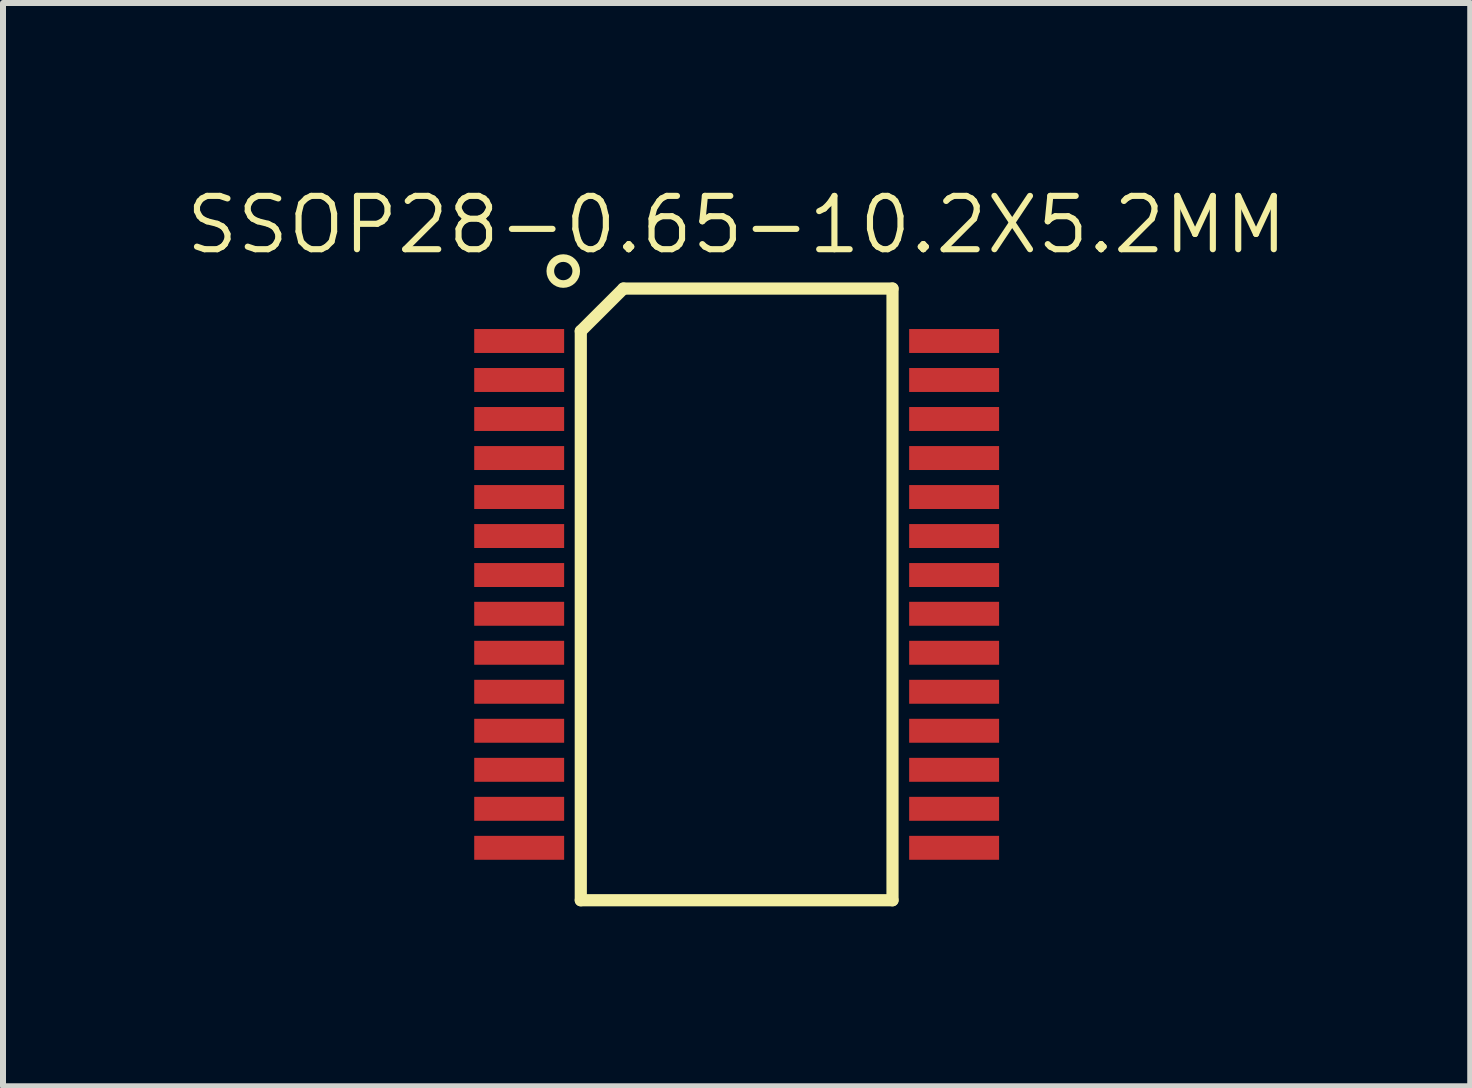
<source format=kicad_pcb>
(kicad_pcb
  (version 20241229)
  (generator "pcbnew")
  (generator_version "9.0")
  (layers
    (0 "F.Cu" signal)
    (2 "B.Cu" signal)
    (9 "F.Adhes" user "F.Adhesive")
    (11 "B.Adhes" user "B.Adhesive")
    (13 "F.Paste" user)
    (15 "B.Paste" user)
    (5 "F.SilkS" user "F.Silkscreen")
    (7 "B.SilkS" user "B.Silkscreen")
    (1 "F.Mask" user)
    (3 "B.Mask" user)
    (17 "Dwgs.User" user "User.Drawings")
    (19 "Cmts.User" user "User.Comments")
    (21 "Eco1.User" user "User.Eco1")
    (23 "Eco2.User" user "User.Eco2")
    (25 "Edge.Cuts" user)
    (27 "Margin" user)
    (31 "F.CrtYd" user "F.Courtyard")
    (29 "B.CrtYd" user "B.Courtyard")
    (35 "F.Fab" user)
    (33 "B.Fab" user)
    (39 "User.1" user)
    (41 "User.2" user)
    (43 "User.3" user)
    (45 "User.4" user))
  (footprint "SSOP28-0.65-10.2X5.2MM"
    (layer "F.Cu")
    (at 9.229 6.858)
    (property "Reference" "SSOP28-0.65-10.2X5.2MM" (at 0 -6.16 0) (layer "F.SilkS") (effects (font (size 0.889 0.889) (thickness 0.102))))
    (attr smd)
    (fp_line (start -2.598 -4.389) (end -2.598 5.098) (stroke (width 0.203) (type solid)) (layer "F.SilkS"))
    (fp_line (start -2.598 5.08) (end 2.598 5.08) (stroke (width 0.066) (type solid)) (layer "F.SilkS"))
    (fp_line (start -2.598 5.098) (end 2.598 5.098) (stroke (width 0.203) (type solid)) (layer "F.SilkS"))
    (fp_line (start -1.887 -5.098) (end -2.598 -4.389) (stroke (width 0.203) (type solid)) (layer "F.SilkS"))
    (fp_line (start 2.598 -5.098) (end -1.887 -5.098) (stroke (width 0.203) (type solid)) (layer "F.SilkS"))
    (fp_line (start 2.598 -5.08) (end 2.598 5.08) (stroke (width 0.066) (type solid)) (layer "F.SilkS"))
    (fp_line (start 2.598 5.098) (end 2.598 -5.098) (stroke (width 0.203) (type solid)) (layer "F.SilkS"))
    (fp_circle (center -2.89 -5.39) (end -3.01 -5.21) (stroke (width 0.127) (type solid)) (fill no) (layer "F.SilkS"))
    (pad "1" smd rect (at -3.625 -4.224 270) (size 0.399 1.499) (layers "F.Cu" "F.Mask" "F.Paste"))
    (pad "2" smd rect (at -3.625 -3.574 270) (size 0.399 1.499) (layers "F.Cu" "F.Mask" "F.Paste"))
    (pad "3" smd rect (at -3.625 -2.924 270) (size 0.399 1.499) (layers "F.Cu" "F.Mask" "F.Paste"))
    (pad "4" smd rect (at -3.625 -2.273 270) (size 0.399 1.499) (layers "F.Cu" "F.Mask" "F.Paste"))
    (pad "5" smd rect (at -3.625 -1.623 270) (size 0.399 1.499) (layers "F.Cu" "F.Mask" "F.Paste"))
    (pad "6" smd rect (at -3.625 -0.973 270) (size 0.399 1.499) (layers "F.Cu" "F.Mask" "F.Paste"))
    (pad "7" smd rect (at -3.625 -0.323 270) (size 0.399 1.499) (layers "F.Cu" "F.Mask" "F.Paste"))
    (pad "8" smd rect (at -3.625 0.323 270) (size 0.399 1.499) (layers "F.Cu" "F.Mask" "F.Paste"))
    (pad "9" smd rect (at -3.625 0.973 270) (size 0.399 1.499) (layers "F.Cu" "F.Mask" "F.Paste"))
    (pad "10" smd rect (at -3.625 1.623 270) (size 0.399 1.499) (layers "F.Cu" "F.Mask" "F.Paste"))
    (pad "11" smd rect (at -3.625 2.273 270) (size 0.399 1.499) (layers "F.Cu" "F.Mask" "F.Paste"))
    (pad "12" smd rect (at -3.625 2.924 270) (size 0.399 1.499) (layers "F.Cu" "F.Mask" "F.Paste"))
    (pad "13" smd rect (at -3.625 3.574 270) (size 0.399 1.499) (layers "F.Cu" "F.Mask" "F.Paste"))
    (pad "14" smd rect (at -3.625 4.224 270) (size 0.399 1.499) (layers "F.Cu" "F.Mask" "F.Paste"))
    (pad "15" smd rect (at 3.625 4.224 270) (size 0.399 1.499) (layers "F.Cu" "F.Mask" "F.Paste"))
    (pad "16" smd rect (at 3.625 3.574 270) (size 0.399 1.499) (layers "F.Cu" "F.Mask" "F.Paste"))
    (pad "17" smd rect (at 3.625 2.924 270) (size 0.399 1.499) (layers "F.Cu" "F.Mask" "F.Paste"))
    (pad "18" smd rect (at 3.625 2.273 270) (size 0.399 1.499) (layers "F.Cu" "F.Mask" "F.Paste"))
    (pad "19" smd rect (at 3.625 1.623 270) (size 0.399 1.499) (layers "F.Cu" "F.Mask" "F.Paste"))
    (pad "20" smd rect (at 3.625 0.973 270) (size 0.399 1.499) (layers "F.Cu" "F.Mask" "F.Paste"))
    (pad "21" smd rect (at 3.625 0.323 270) (size 0.399 1.499) (layers "F.Cu" "F.Mask" "F.Paste"))
    (pad "22" smd rect (at 3.625 -0.323 270) (size 0.399 1.499) (layers "F.Cu" "F.Mask" "F.Paste"))
    (pad "23" smd rect (at 3.625 -0.973 270) (size 0.399 1.499) (layers "F.Cu" "F.Mask" "F.Paste"))
    (pad "24" smd rect (at 3.625 -1.623 270) (size 0.399 1.499) (layers "F.Cu" "F.Mask" "F.Paste"))
    (pad "25" smd rect (at 3.625 -2.273 270) (size 0.399 1.499) (layers "F.Cu" "F.Mask" "F.Paste"))
    (pad "26" smd rect (at 3.625 -2.924 270) (size 0.399 1.499) (layers "F.Cu" "F.Mask" "F.Paste"))
    (pad "27" smd rect (at 3.625 -3.574 270) (size 0.399 1.499) (layers "F.Cu" "F.Mask" "F.Paste"))
    (pad "28" smd rect (at 3.625 -4.224 270) (size 0.399 1.499) (layers "F.Cu" "F.Mask" "F.Paste")))
  (gr_rect
    (start -3 -3)
    (end 21.457 15.057)
    (stroke (width 0.1) (type default))
    (fill no)
    (layer "Edge.Cuts")))
</source>
